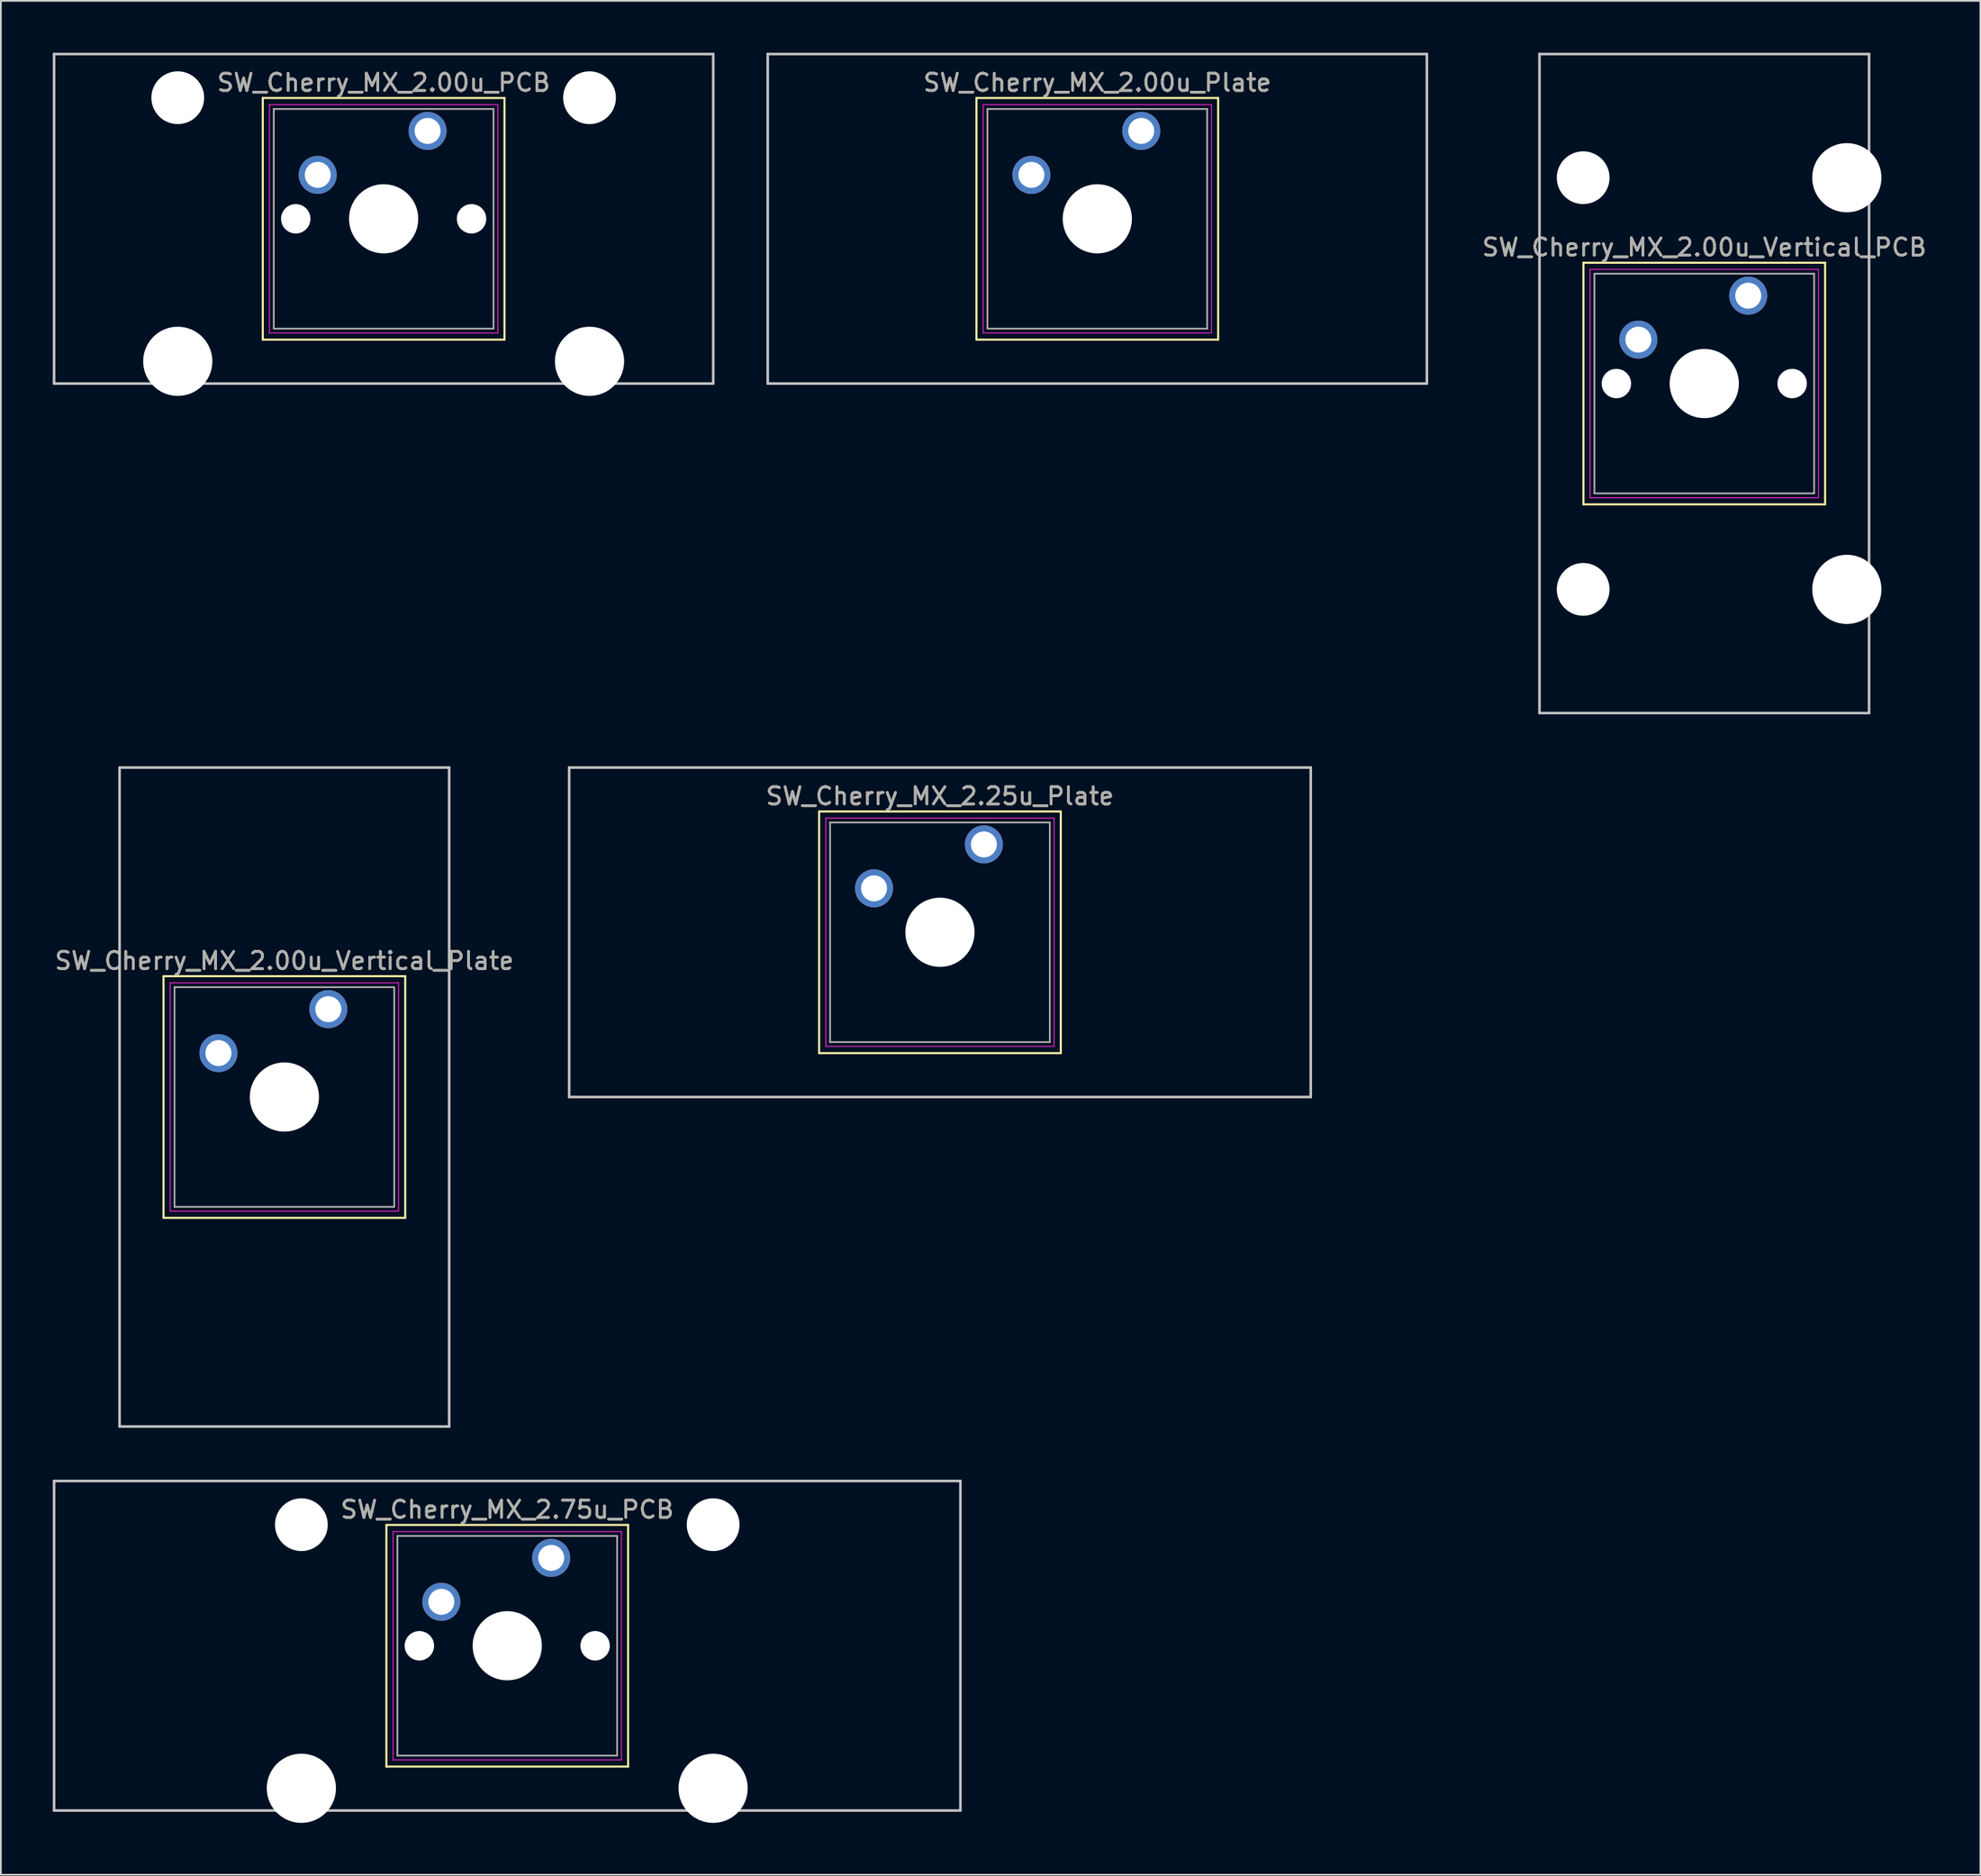
<source format=kicad_pcb>
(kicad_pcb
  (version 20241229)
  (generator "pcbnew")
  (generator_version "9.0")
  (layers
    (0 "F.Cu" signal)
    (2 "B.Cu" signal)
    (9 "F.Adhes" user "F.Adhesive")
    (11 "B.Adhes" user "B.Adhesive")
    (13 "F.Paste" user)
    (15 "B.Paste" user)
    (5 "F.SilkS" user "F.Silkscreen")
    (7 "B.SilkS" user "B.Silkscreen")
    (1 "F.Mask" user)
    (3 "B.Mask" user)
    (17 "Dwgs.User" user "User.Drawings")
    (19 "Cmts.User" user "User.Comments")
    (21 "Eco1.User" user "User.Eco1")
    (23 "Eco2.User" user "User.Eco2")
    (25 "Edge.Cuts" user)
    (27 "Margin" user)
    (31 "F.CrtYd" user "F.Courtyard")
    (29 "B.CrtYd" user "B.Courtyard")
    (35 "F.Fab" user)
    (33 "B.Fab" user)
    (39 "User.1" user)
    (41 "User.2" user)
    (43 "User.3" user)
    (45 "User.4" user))
  (footprint "SW_Cherry_MX_2.25u_Plate"
    (layer "F.Cu")
    (at 53.82 45.77)
    (property "Reference" "SW_Cherry_MX_2.25u_Plate" (at -2.54 -2.794 0) (layer "F.SilkS") (effects (font (size 1 1) (thickness 0.15))))
    (attr through_hole)
    (fp_line (start -9.525 -1.905) (end 4.445 -1.905) (stroke (width 0.12) (type solid)) (layer "F.SilkS"))
    (fp_line (start -9.525 12.065) (end -9.525 -1.905) (stroke (width 0.12) (type solid)) (layer "F.SilkS"))
    (fp_line (start 4.445 -1.905) (end 4.445 12.065) (stroke (width 0.12) (type solid)) (layer "F.SilkS"))
    (fp_line (start 4.445 12.065) (end -9.525 12.065) (stroke (width 0.12) (type solid)) (layer "F.SilkS"))
    (fp_line (start -23.971 -4.445) (end 18.891 -4.445) (stroke (width 0.15) (type solid)) (layer "Dwgs.User"))
    (fp_line (start -23.971 14.605) (end -23.971 -4.445) (stroke (width 0.15) (type solid)) (layer "Dwgs.User"))
    (fp_line (start 18.891 -4.445) (end 18.891 14.605) (stroke (width 0.15) (type solid)) (layer "Dwgs.User"))
    (fp_line (start 18.891 14.605) (end -23.971 14.605) (stroke (width 0.15) (type solid)) (layer "Dwgs.User"))
    (fp_line (start -9.14 -1.52) (end 4.06 -1.52) (stroke (width 0.05) (type solid)) (layer "F.CrtYd"))
    (fp_line (start -9.14 11.68) (end -9.14 -1.52) (stroke (width 0.05) (type solid)) (layer "F.CrtYd"))
    (fp_line (start 4.06 -1.52) (end 4.06 11.68) (stroke (width 0.05) (type solid)) (layer "F.CrtYd"))
    (fp_line (start 4.06 11.68) (end -9.14 11.68) (stroke (width 0.05) (type solid)) (layer "F.CrtYd"))
    (fp_line (start -8.89 -1.27) (end 3.81 -1.27) (stroke (width 0.1) (type solid)) (layer "F.Fab"))
    (fp_line (start -8.89 11.43) (end -8.89 -1.27) (stroke (width 0.1) (type solid)) (layer "F.Fab"))
    (fp_line (start 3.81 -1.27) (end 3.81 11.43) (stroke (width 0.1) (type solid)) (layer "F.Fab"))
    (fp_line (start 3.81 11.43) (end -8.89 11.43) (stroke (width 0.1) (type solid)) (layer "F.Fab"))
    (fp_text user "${REFERENCE}" (at -2.54 -2.794 0) (layer "F.Fab") (effects (font (size 1 1) (thickness 0.15))))
    (pad "" np_thru_hole circle (at -2.54 5.08) (size 4 4) (drill 4) (layers "*.Cu" "*.Mask"))
    (pad "1" thru_hole circle (at 0 0) (size 2.2 2.2) (drill 1.5) (layers "*.Cu" "*.Mask"))
    (pad "2" thru_hole circle (at -6.35 2.54) (size 2.2 2.2) (drill 1.5) (layers "*.Cu" "*.Mask")))
  (footprint "SW_Cherry_MX_2.00u_PCB"
    (layer "F.Cu")
    (at 21.665 4.52)
    (property "Reference" "SW_Cherry_MX_2.00u_PCB" (at -2.54 -2.794 0) (layer "F.SilkS") (effects (font (size 1 1) (thickness 0.15))))
    (attr through_hole)
    (fp_line (start -9.525 -1.905) (end 4.445 -1.905) (stroke (width 0.12) (type solid)) (layer "F.SilkS"))
    (fp_line (start -9.525 12.065) (end -9.525 -1.905) (stroke (width 0.12) (type solid)) (layer "F.SilkS"))
    (fp_line (start 4.445 -1.905) (end 4.445 12.065) (stroke (width 0.12) (type solid)) (layer "F.SilkS"))
    (fp_line (start 4.445 12.065) (end -9.525 12.065) (stroke (width 0.12) (type solid)) (layer "F.SilkS"))
    (fp_line (start -21.59 -4.445) (end 16.51 -4.445) (stroke (width 0.15) (type solid)) (layer "Dwgs.User"))
    (fp_line (start -21.59 14.605) (end -21.59 -4.445) (stroke (width 0.15) (type solid)) (layer "Dwgs.User"))
    (fp_line (start 16.51 -4.445) (end 16.51 14.605) (stroke (width 0.15) (type solid)) (layer "Dwgs.User"))
    (fp_line (start 16.51 14.605) (end -21.59 14.605) (stroke (width 0.15) (type solid)) (layer "Dwgs.User"))
    (fp_line (start -9.14 -1.52) (end 4.06 -1.52) (stroke (width 0.05) (type solid)) (layer "F.CrtYd"))
    (fp_line (start -9.14 11.68) (end -9.14 -1.52) (stroke (width 0.05) (type solid)) (layer "F.CrtYd"))
    (fp_line (start 4.06 -1.52) (end 4.06 11.68) (stroke (width 0.05) (type solid)) (layer "F.CrtYd"))
    (fp_line (start 4.06 11.68) (end -9.14 11.68) (stroke (width 0.05) (type solid)) (layer "F.CrtYd"))
    (fp_line (start -8.89 -1.27) (end 3.81 -1.27) (stroke (width 0.1) (type solid)) (layer "F.Fab"))
    (fp_line (start -8.89 11.43) (end -8.89 -1.27) (stroke (width 0.1) (type solid)) (layer "F.Fab"))
    (fp_line (start 3.81 -1.27) (end 3.81 11.43) (stroke (width 0.1) (type solid)) (layer "F.Fab"))
    (fp_line (start 3.81 11.43) (end -8.89 11.43) (stroke (width 0.1) (type solid)) (layer "F.Fab"))
    (fp_text user "${REFERENCE}" (at -2.54 -2.794 0) (layer "F.Fab") (effects (font (size 1 1) (thickness 0.15))))
    (pad "" np_thru_hole circle (at -14.44 -1.92) (size 3.05 3.05) (drill 3.05) (layers "*.Cu" "*.Mask"))
    (pad "" np_thru_hole circle (at -14.44 13.32) (size 4 4) (drill 4) (layers "*.Cu" "*.Mask"))
    (pad "" np_thru_hole circle (at -7.62 5.08) (size 1.7 1.7) (drill 1.7) (layers "*.Cu" "*.Mask"))
    (pad "" np_thru_hole circle (at -2.54 5.08) (size 4 4) (drill 4) (layers "*.Cu" "*.Mask"))
    (pad "" np_thru_hole circle (at 2.54 5.08) (size 1.7 1.7) (drill 1.7) (layers "*.Cu" "*.Mask"))
    (pad "" np_thru_hole circle (at 9.36 -1.92) (size 3.05 3.05) (drill 3.05) (layers "*.Cu" "*.Mask"))
    (pad "" np_thru_hole circle (at 9.36 13.32) (size 4 4) (drill 4) (layers "*.Cu" "*.Mask"))
    (pad "1" thru_hole circle (at 0 0) (size 2.2 2.2) (drill 1.5) (layers "*.Cu" "*.Mask"))
    (pad "2" thru_hole circle (at -6.35 2.54) (size 2.2 2.2) (drill 1.5) (layers "*.Cu" "*.Mask")))
  (footprint "SW_Cherry_MX_2.00u_Vertical_PCB"
    (layer "F.Cu")
    (at 97.998 14.045)
    (property "Reference" "SW_Cherry_MX_2.00u_Vertical_PCB" (at -2.54 -2.794 0) (layer "F.SilkS") (effects (font (size 1 1) (thickness 0.15))))
    (attr through_hole)
    (fp_line (start -9.525 -1.905) (end 4.445 -1.905) (stroke (width 0.12) (type solid)) (layer "F.SilkS"))
    (fp_line (start -9.525 12.065) (end -9.525 -1.905) (stroke (width 0.12) (type solid)) (layer "F.SilkS"))
    (fp_line (start 4.445 -1.905) (end 4.445 12.065) (stroke (width 0.12) (type solid)) (layer "F.SilkS"))
    (fp_line (start 4.445 12.065) (end -9.525 12.065) (stroke (width 0.12) (type solid)) (layer "F.SilkS"))
    (fp_line (start -12.065 -13.97) (end 6.985 -13.97) (stroke (width 0.15) (type solid)) (layer "Dwgs.User"))
    (fp_line (start -12.065 24.13) (end -12.065 -13.97) (stroke (width 0.15) (type solid)) (layer "Dwgs.User"))
    (fp_line (start 6.985 -13.97) (end 6.985 24.13) (stroke (width 0.15) (type solid)) (layer "Dwgs.User"))
    (fp_line (start 6.985 24.13) (end -12.065 24.13) (stroke (width 0.15) (type solid)) (layer "Dwgs.User"))
    (fp_line (start -9.14 -1.52) (end 4.06 -1.52) (stroke (width 0.05) (type solid)) (layer "F.CrtYd"))
    (fp_line (start -9.14 11.68) (end -9.14 -1.52) (stroke (width 0.05) (type solid)) (layer "F.CrtYd"))
    (fp_line (start 4.06 -1.52) (end 4.06 11.68) (stroke (width 0.05) (type solid)) (layer "F.CrtYd"))
    (fp_line (start 4.06 11.68) (end -9.14 11.68) (stroke (width 0.05) (type solid)) (layer "F.CrtYd"))
    (fp_line (start -8.89 -1.27) (end 3.81 -1.27) (stroke (width 0.1) (type solid)) (layer "F.Fab"))
    (fp_line (start -8.89 11.43) (end -8.89 -1.27) (stroke (width 0.1) (type solid)) (layer "F.Fab"))
    (fp_line (start 3.81 -1.27) (end 3.81 11.43) (stroke (width 0.1) (type solid)) (layer "F.Fab"))
    (fp_line (start 3.81 11.43) (end -8.89 11.43) (stroke (width 0.1) (type solid)) (layer "F.Fab"))
    (fp_text user "${REFERENCE}" (at -2.54 -2.794 0) (layer "F.Fab") (effects (font (size 1 1) (thickness 0.15))))
    (pad "" np_thru_hole circle (at -9.54 -6.82) (size 3.05 3.05) (drill 3.05) (layers "*.Cu" "*.Mask"))
    (pad "" np_thru_hole circle (at -9.54 16.98) (size 3.05 3.05) (drill 3.05) (layers "*.Cu" "*.Mask"))
    (pad "" np_thru_hole circle (at -7.62 5.08) (size 1.7 1.7) (drill 1.7) (layers "*.Cu" "*.Mask"))
    (pad "" np_thru_hole circle (at -2.54 5.08) (size 4 4) (drill 4) (layers "*.Cu" "*.Mask"))
    (pad "" np_thru_hole circle (at 2.54 5.08) (size 1.7 1.7) (drill 1.7) (layers "*.Cu" "*.Mask"))
    (pad "" np_thru_hole circle (at 5.7 -6.82) (size 4 4) (drill 4) (layers "*.Cu" "*.Mask"))
    (pad "" np_thru_hole circle (at 5.7 16.98) (size 4 4) (drill 4) (layers "*.Cu" "*.Mask"))
    (pad "1" thru_hole circle (at 0 0) (size 2.2 2.2) (drill 1.5) (layers "*.Cu" "*.Mask"))
    (pad "2" thru_hole circle (at -6.35 2.54) (size 2.2 2.2) (drill 1.5) (layers "*.Cu" "*.Mask")))
  (footprint "SW_Cherry_MX_2.75u_PCB"
    (layer "F.Cu")
    (at 28.809 87.02)
    (property "Reference" "SW_Cherry_MX_2.75u_PCB" (at -2.54 -2.794 0) (layer "F.SilkS") (effects (font (size 1 1) (thickness 0.15))))
    (attr through_hole)
    (fp_line (start -9.525 -1.905) (end 4.445 -1.905) (stroke (width 0.12) (type solid)) (layer "F.SilkS"))
    (fp_line (start -9.525 12.065) (end -9.525 -1.905) (stroke (width 0.12) (type solid)) (layer "F.SilkS"))
    (fp_line (start 4.445 -1.905) (end 4.445 12.065) (stroke (width 0.12) (type solid)) (layer "F.SilkS"))
    (fp_line (start 4.445 12.065) (end -9.525 12.065) (stroke (width 0.12) (type solid)) (layer "F.SilkS"))
    (fp_line (start -28.734 -4.445) (end 23.654 -4.445) (stroke (width 0.15) (type solid)) (layer "Dwgs.User"))
    (fp_line (start -28.734 14.605) (end -28.734 -4.445) (stroke (width 0.15) (type solid)) (layer "Dwgs.User"))
    (fp_line (start 23.654 -4.445) (end 23.654 14.605) (stroke (width 0.15) (type solid)) (layer "Dwgs.User"))
    (fp_line (start 23.654 14.605) (end -28.734 14.605) (stroke (width 0.15) (type solid)) (layer "Dwgs.User"))
    (fp_line (start -9.14 -1.52) (end 4.06 -1.52) (stroke (width 0.05) (type solid)) (layer "F.CrtYd"))
    (fp_line (start -9.14 11.68) (end -9.14 -1.52) (stroke (width 0.05) (type solid)) (layer "F.CrtYd"))
    (fp_line (start 4.06 -1.52) (end 4.06 11.68) (stroke (width 0.05) (type solid)) (layer "F.CrtYd"))
    (fp_line (start 4.06 11.68) (end -9.14 11.68) (stroke (width 0.05) (type solid)) (layer "F.CrtYd"))
    (fp_line (start -8.89 -1.27) (end 3.81 -1.27) (stroke (width 0.1) (type solid)) (layer "F.Fab"))
    (fp_line (start -8.89 11.43) (end -8.89 -1.27) (stroke (width 0.1) (type solid)) (layer "F.Fab"))
    (fp_line (start 3.81 -1.27) (end 3.81 11.43) (stroke (width 0.1) (type solid)) (layer "F.Fab"))
    (fp_line (start 3.81 11.43) (end -8.89 11.43) (stroke (width 0.1) (type solid)) (layer "F.Fab"))
    (fp_text user "${REFERENCE}" (at -2.54 -2.794 0) (layer "F.Fab") (effects (font (size 1 1) (thickness 0.15))))
    (pad "" np_thru_hole circle (at -14.44 -1.92) (size 3.05 3.05) (drill 3.05) (layers "*.Cu" "*.Mask"))
    (pad "" np_thru_hole circle (at -14.44 13.32) (size 4 4) (drill 4) (layers "*.Cu" "*.Mask"))
    (pad "" np_thru_hole circle (at -7.62 5.08) (size 1.7 1.7) (drill 1.7) (layers "*.Cu" "*.Mask"))
    (pad "" np_thru_hole circle (at -2.54 5.08) (size 4 4) (drill 4) (layers "*.Cu" "*.Mask"))
    (pad "" np_thru_hole circle (at 2.54 5.08) (size 1.7 1.7) (drill 1.7) (layers "*.Cu" "*.Mask"))
    (pad "" np_thru_hole circle (at 9.36 -1.92) (size 3.05 3.05) (drill 3.05) (layers "*.Cu" "*.Mask"))
    (pad "" np_thru_hole circle (at 9.36 13.32) (size 4 4) (drill 4) (layers "*.Cu" "*.Mask"))
    (pad "1" thru_hole circle (at 0 0) (size 2.2 2.2) (drill 1.5) (layers "*.Cu" "*.Mask"))
    (pad "2" thru_hole circle (at -6.35 2.54) (size 2.2 2.2) (drill 1.5) (layers "*.Cu" "*.Mask")))
  (footprint "SW_Cherry_MX_2.00u_Vertical_Plate"
    (layer "F.Cu")
    (at 15.927 55.295)
    (property "Reference" "SW_Cherry_MX_2.00u_Vertical_Plate" (at -2.54 -2.794 0) (layer "F.SilkS") (effects (font (size 1 1) (thickness 0.15))))
    (attr through_hole)
    (fp_line (start -9.525 -1.905) (end 4.445 -1.905) (stroke (width 0.12) (type solid)) (layer "F.SilkS"))
    (fp_line (start -9.525 12.065) (end -9.525 -1.905) (stroke (width 0.12) (type solid)) (layer "F.SilkS"))
    (fp_line (start 4.445 -1.905) (end 4.445 12.065) (stroke (width 0.12) (type solid)) (layer "F.SilkS"))
    (fp_line (start 4.445 12.065) (end -9.525 12.065) (stroke (width 0.12) (type solid)) (layer "F.SilkS"))
    (fp_line (start -12.065 -13.97) (end 6.985 -13.97) (stroke (width 0.15) (type solid)) (layer "Dwgs.User"))
    (fp_line (start -12.065 24.13) (end -12.065 -13.97) (stroke (width 0.15) (type solid)) (layer "Dwgs.User"))
    (fp_line (start 6.985 -13.97) (end 6.985 24.13) (stroke (width 0.15) (type solid)) (layer "Dwgs.User"))
    (fp_line (start 6.985 24.13) (end -12.065 24.13) (stroke (width 0.15) (type solid)) (layer "Dwgs.User"))
    (fp_line (start -9.14 -1.52) (end 4.06 -1.52) (stroke (width 0.05) (type solid)) (layer "F.CrtYd"))
    (fp_line (start -9.14 11.68) (end -9.14 -1.52) (stroke (width 0.05) (type solid)) (layer "F.CrtYd"))
    (fp_line (start 4.06 -1.52) (end 4.06 11.68) (stroke (width 0.05) (type solid)) (layer "F.CrtYd"))
    (fp_line (start 4.06 11.68) (end -9.14 11.68) (stroke (width 0.05) (type solid)) (layer "F.CrtYd"))
    (fp_line (start -8.89 -1.27) (end 3.81 -1.27) (stroke (width 0.1) (type solid)) (layer "F.Fab"))
    (fp_line (start -8.89 11.43) (end -8.89 -1.27) (stroke (width 0.1) (type solid)) (layer "F.Fab"))
    (fp_line (start 3.81 -1.27) (end 3.81 11.43) (stroke (width 0.1) (type solid)) (layer "F.Fab"))
    (fp_line (start 3.81 11.43) (end -8.89 11.43) (stroke (width 0.1) (type solid)) (layer "F.Fab"))
    (fp_text user "${REFERENCE}" (at -2.54 -2.794 0) (layer "F.Fab") (effects (font (size 1 1) (thickness 0.15))))
    (pad "" np_thru_hole circle (at -2.54 5.08) (size 4 4) (drill 4) (layers "*.Cu" "*.Mask"))
    (pad "1" thru_hole circle (at 0 0) (size 2.2 2.2) (drill 1.5) (layers "*.Cu" "*.Mask"))
    (pad "2" thru_hole circle (at -6.35 2.54) (size 2.2 2.2) (drill 1.5) (layers "*.Cu" "*.Mask")))
  (footprint "SW_Cherry_MX_2.00u_Plate"
    (layer "F.Cu")
    (at 62.915 4.52)
    (property "Reference" "SW_Cherry_MX_2.00u_Plate" (at -2.54 -2.794 0) (layer "F.SilkS") (effects (font (size 1 1) (thickness 0.15))))
    (attr through_hole)
    (fp_line (start -9.525 -1.905) (end 4.445 -1.905) (stroke (width 0.12) (type solid)) (layer "F.SilkS"))
    (fp_line (start -9.525 12.065) (end -9.525 -1.905) (stroke (width 0.12) (type solid)) (layer "F.SilkS"))
    (fp_line (start 4.445 -1.905) (end 4.445 12.065) (stroke (width 0.12) (type solid)) (layer "F.SilkS"))
    (fp_line (start 4.445 12.065) (end -9.525 12.065) (stroke (width 0.12) (type solid)) (layer "F.SilkS"))
    (fp_line (start -21.59 -4.445) (end 16.51 -4.445) (stroke (width 0.15) (type solid)) (layer "Dwgs.User"))
    (fp_line (start -21.59 14.605) (end -21.59 -4.445) (stroke (width 0.15) (type solid)) (layer "Dwgs.User"))
    (fp_line (start 16.51 -4.445) (end 16.51 14.605) (stroke (width 0.15) (type solid)) (layer "Dwgs.User"))
    (fp_line (start 16.51 14.605) (end -21.59 14.605) (stroke (width 0.15) (type solid)) (layer "Dwgs.User"))
    (fp_line (start -9.14 -1.52) (end 4.06 -1.52) (stroke (width 0.05) (type solid)) (layer "F.CrtYd"))
    (fp_line (start -9.14 11.68) (end -9.14 -1.52) (stroke (width 0.05) (type solid)) (layer "F.CrtYd"))
    (fp_line (start 4.06 -1.52) (end 4.06 11.68) (stroke (width 0.05) (type solid)) (layer "F.CrtYd"))
    (fp_line (start 4.06 11.68) (end -9.14 11.68) (stroke (width 0.05) (type solid)) (layer "F.CrtYd"))
    (fp_line (start -8.89 -1.27) (end 3.81 -1.27) (stroke (width 0.1) (type solid)) (layer "F.Fab"))
    (fp_line (start -8.89 11.43) (end -8.89 -1.27) (stroke (width 0.1) (type solid)) (layer "F.Fab"))
    (fp_line (start 3.81 -1.27) (end 3.81 11.43) (stroke (width 0.1) (type solid)) (layer "F.Fab"))
    (fp_line (start 3.81 11.43) (end -8.89 11.43) (stroke (width 0.1) (type solid)) (layer "F.Fab"))
    (fp_text user "${REFERENCE}" (at -2.54 -2.794 0) (layer "F.Fab") (effects (font (size 1 1) (thickness 0.15))))
    (pad "" np_thru_hole circle (at -2.54 5.08) (size 4 4) (drill 4) (layers "*.Cu" "*.Mask"))
    (pad "1" thru_hole circle (at 0 0) (size 2.2 2.2) (drill 1.5) (layers "*.Cu" "*.Mask"))
    (pad "2" thru_hole circle (at -6.35 2.54) (size 2.2 2.2) (drill 1.5) (layers "*.Cu" "*.Mask")))
  (gr_rect
    (start -3 -3)
    (end 111.417 105.34)
    (stroke (width 0.1) (type default))
    (fill no)
    (layer "Edge.Cuts")))
</source>
